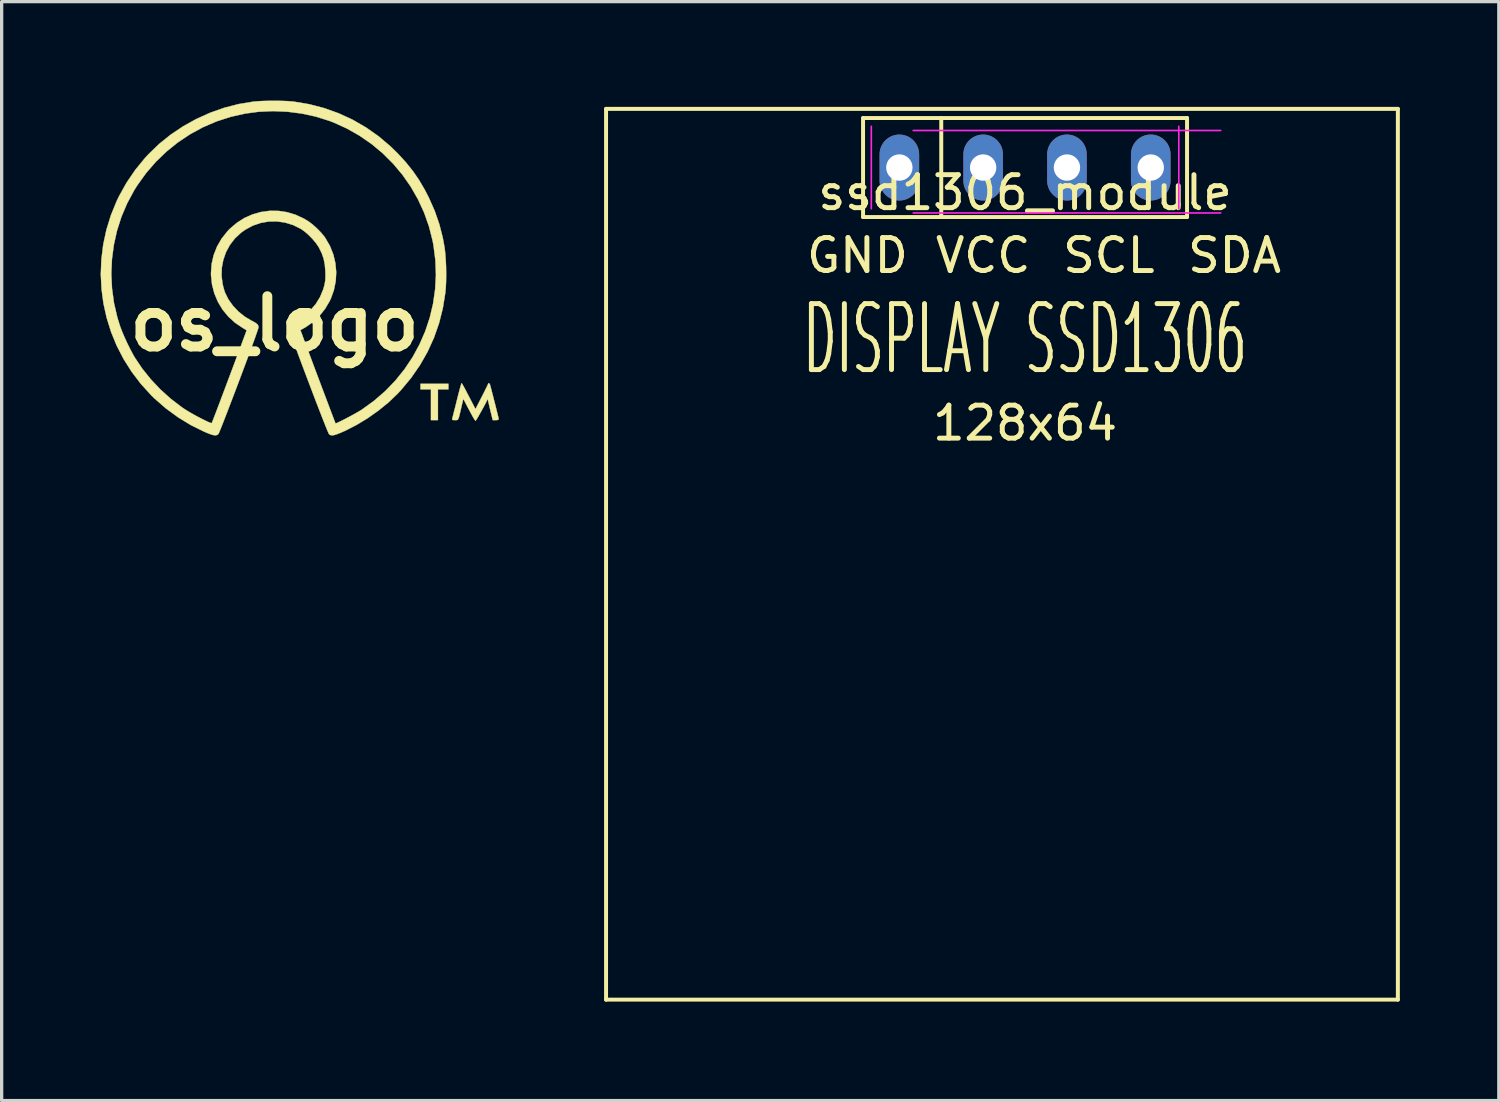
<source format=kicad_pcb>
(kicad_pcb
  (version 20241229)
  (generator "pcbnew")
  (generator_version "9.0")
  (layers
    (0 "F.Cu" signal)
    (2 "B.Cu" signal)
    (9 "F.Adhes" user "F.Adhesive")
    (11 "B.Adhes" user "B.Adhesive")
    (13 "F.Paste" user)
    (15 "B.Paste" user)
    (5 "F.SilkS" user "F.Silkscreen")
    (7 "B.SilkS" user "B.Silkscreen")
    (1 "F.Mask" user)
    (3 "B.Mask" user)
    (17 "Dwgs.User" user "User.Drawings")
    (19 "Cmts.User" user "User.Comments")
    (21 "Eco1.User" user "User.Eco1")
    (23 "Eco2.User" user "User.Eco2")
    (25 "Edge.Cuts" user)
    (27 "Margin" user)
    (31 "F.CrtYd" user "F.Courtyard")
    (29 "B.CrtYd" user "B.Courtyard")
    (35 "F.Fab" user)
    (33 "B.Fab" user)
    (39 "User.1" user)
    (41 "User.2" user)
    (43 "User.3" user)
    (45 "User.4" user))
  (footprint "ssd1306_module"
    (layer "F.Cu")
    (at 15.32 0.25)
    (property "Reference" "ssd1306_module" (at 12.7 2.54 0) (layer "F.SilkS") (effects (font (size 1 1) (thickness 0.15))))
    (attr through_hole)
    (fp_line (start 0 0) (end 24 0) (stroke (width 0.12) (type solid)) (layer "F.SilkS"))
    (fp_line (start 0 27) (end 0 0) (stroke (width 0.12) (type solid)) (layer "F.SilkS"))
    (fp_line (start 7.79 0.278) (end 17.61 0.278) (stroke (width 0.12) (type solid)) (layer "F.SilkS"))
    (fp_line (start 7.79 3.278) (end 7.79 0.278) (stroke (width 0.12) (type solid)) (layer "F.SilkS"))
    (fp_line (start 10.16 0.278) (end 10.16 3.278) (stroke (width 0.12) (type solid)) (layer "F.SilkS"))
    (fp_line (start 17.61 0.278) (end 17.61 3.278) (stroke (width 0.12) (type solid)) (layer "F.SilkS"))
    (fp_line (start 17.61 3.278) (end 7.79 3.278) (stroke (width 0.12) (type solid)) (layer "F.SilkS"))
    (fp_line (start 24 0) (end 24 27) (stroke (width 0.12) (type solid)) (layer "F.SilkS"))
    (fp_line (start 24 27) (end 0 27) (stroke (width 0.12) (type solid)) (layer "F.SilkS"))
    (fp_line (start 8.04 3.028) (end 8.04 0.528) (stroke (width 0.05) (type solid)) (layer "F.CrtYd"))
    (fp_line (start 9.31 0.655) (end 18.63 0.655) (stroke (width 0.05) (type solid)) (layer "F.CrtYd"))
    (fp_line (start 17.36 0.528) (end 17.36 3.028) (stroke (width 0.05) (type solid)) (layer "F.CrtYd"))
    (fp_line (start 18.63 3.155) (end 9.31 3.155) (stroke (width 0.05) (type solid)) (layer "F.CrtYd"))
    (fp_text user "128x64" (at 12.7 9.525 0) (layer "F.SilkS") (effects (font (size 1 1) (thickness 0.15))))
    (fp_text user "SDA" (at 19.05 4.445 0) (layer "F.SilkS") (effects (font (size 1 1) (thickness 0.15))))
    (fp_text user "SCL" (at 15.24 4.445 0) (layer "F.SilkS") (effects (font (size 1 1) (thickness 0.15))))
    (fp_text user "GND" (at 7.62 4.445 0) (layer "F.SilkS") (effects (font (size 1 1) (thickness 0.15))))
    (fp_text user "VCC" (at 11.43 4.445 0) (layer "F.SilkS") (effects (font (size 1 1) (thickness 0.15))))
    (fp_text user "DISPLAY SSD1306" (at 12.7 6.985 0) (layer "F.SilkS") (effects (font (size 2 1) (thickness 0.15))))
    (pad "1" thru_hole oval (at 8.89 1.778) (size 1.2 2) (drill 0.8) (layers "*.Cu" "*.Mask"))
    (pad "2" thru_hole oval (at 11.43 1.778) (size 1.2 2) (drill 0.8) (layers "*.Cu" "*.Mask"))
    (pad "3" thru_hole oval (at 13.97 1.778) (size 1.2 2) (drill 0.8) (layers "*.Cu" "*.Mask"))
    (pad "4" thru_hole oval (at 16.51 1.778) (size 1.2 2) (drill 0.8) (layers "*.Cu" "*.Mask")))
  (footprint "os_logo"
    (layer "F.Cu")
    (at 5.271 6.763)
    (property "Reference" "os_logo" (at 0 0 0) (layer "F.SilkS") (effects (font (size 1.524 1.524) (thickness 0.3))))
    (attr through_hole)
    (fp_poly (pts (xy 5.271 1.99) (xy 4.953 1.99) (xy 4.953 2.921) (xy 4.741 2.921) (xy 4.741 1.99) (xy 4.424 1.99) (xy 4.424 1.82) (xy 5.271 1.82) (xy 5.271 1.99)) (stroke (width 0.01) (type solid)) (fill yes) (layer "F.SilkS"))
    (fp_poly (pts (xy 6.51 1.808) (xy 6.528 1.836) (xy 6.543 1.889) (xy 6.565 1.971) (xy 6.592 2.075) (xy 6.623 2.195) (xy 6.656 2.323) (xy 6.689 2.452) (xy 6.72 2.576) (xy 6.748 2.689) (xy 6.771 2.782) (xy 6.787 2.85) (xy 6.794 2.885) (xy 6.795 2.888) (xy 6.783 2.91) (xy 6.742 2.92) (xy 6.704 2.921) (xy 6.613 2.921) (xy 6.546 2.641) (xy 6.52 2.534) (xy 6.498 2.439) (xy 6.481 2.366) (xy 6.471 2.322) (xy 6.471 2.318) (xy 6.463 2.288) (xy 6.453 2.296) (xy 6.443 2.319) (xy 6.419 2.369) (xy 6.381 2.442) (xy 6.334 2.529) (xy 6.282 2.623) (xy 6.23 2.716) (xy 6.181 2.803) (xy 6.139 2.874) (xy 6.108 2.923) (xy 6.093 2.942) (xy 6.093 2.942) (xy 6.077 2.925) (xy 6.046 2.879) (xy 6.007 2.813) (xy 5.994 2.789) (xy 5.943 2.695) (xy 5.884 2.585) (xy 5.828 2.478) (xy 5.816 2.455) (xy 5.722 2.275) (xy 5.665 2.519) (xy 5.633 2.657) (xy 5.609 2.759) (xy 5.59 2.831) (xy 5.573 2.878) (xy 5.556 2.905) (xy 5.536 2.918) (xy 5.51 2.921) (xy 5.477 2.921) (xy 5.469 2.921) (xy 5.411 2.919) (xy 5.385 2.909) (xy 5.384 2.888) (xy 5.385 2.884) (xy 5.393 2.854) (xy 5.409 2.789) (xy 5.433 2.694) (xy 5.463 2.577) (xy 5.497 2.442) (xy 5.526 2.323) (xy 5.562 2.181) (xy 5.595 2.054) (xy 5.624 1.947) (xy 5.647 1.865) (xy 5.663 1.814) (xy 5.67 1.799) (xy 5.684 1.817) (xy 5.713 1.867) (xy 5.756 1.944) (xy 5.808 2.042) (xy 5.868 2.156) (xy 5.887 2.193) (xy 6.091 2.587) (xy 6.284 2.21) (xy 6.343 2.094) (xy 6.394 1.991) (xy 6.436 1.907) (xy 6.464 1.847) (xy 6.477 1.818) (xy 6.477 1.816) (xy 6.488 1.799) (xy 6.51 1.808)) (stroke (width 0.01) (type solid)) (fill yes) (layer "F.SilkS"))
    (fp_poly (pts (xy 0.218 -6.755) (xy 0.387 -6.749) (xy 0.53 -6.738) (xy 0.582 -6.733) (xy 1.053 -6.654) (xy 1.509 -6.535) (xy 1.948 -6.378) (xy 2.37 -6.183) (xy 2.773 -5.95) (xy 3.155 -5.682) (xy 3.515 -5.377) (xy 3.736 -5.161) (xy 3.98 -4.895) (xy 4.192 -4.631) (xy 4.38 -4.359) (xy 4.551 -4.067) (xy 4.678 -3.821) (xy 4.856 -3.419) (xy 4.995 -3.018) (xy 5.1 -2.607) (xy 5.155 -2.307) (xy 5.175 -2.136) (xy 5.19 -1.936) (xy 5.2 -1.717) (xy 5.203 -1.494) (xy 5.2 -1.277) (xy 5.19 -1.078) (xy 5.178 -0.945) (xy 5.102 -0.473) (xy 4.987 -0.017) (xy 4.833 0.424) (xy 4.64 0.848) (xy 4.409 1.253) (xy 4.141 1.64) (xy 3.835 2.008) (xy 3.726 2.125) (xy 3.455 2.384) (xy 3.151 2.631) (xy 2.826 2.861) (xy 2.488 3.066) (xy 2.147 3.241) (xy 1.986 3.311) (xy 1.875 3.354) (xy 1.793 3.378) (xy 1.733 3.383) (xy 1.688 3.372) (xy 1.654 3.35) (xy 1.641 3.325) (xy 1.614 3.264) (xy 1.575 3.171) (xy 1.526 3.049) (xy 1.468 2.901) (xy 1.402 2.733) (xy 1.33 2.546) (xy 1.252 2.346) (xy 1.172 2.135) (xy 1.089 1.917) (xy 1.005 1.695) (xy 0.922 1.475) (xy 0.84 1.258) (xy 0.762 1.049) (xy 0.689 0.852) (xy 0.622 0.669) (xy 0.563 0.506) (xy 0.512 0.364) (xy 0.471 0.249) (xy 0.442 0.163) (xy 0.427 0.111) (xy 0.424 0.097) (xy 0.431 0.057) (xy 0.454 0.02) (xy 0.499 -0.017) (xy 0.572 -0.061) (xy 0.656 -0.104) (xy 0.886 -0.242) (xy 1.084 -0.407) (xy 1.25 -0.598) (xy 1.382 -0.814) (xy 1.48 -1.053) (xy 1.507 -1.15) (xy 1.526 -1.236) (xy 1.538 -1.316) (xy 1.543 -1.405) (xy 1.543 -1.516) (xy 1.541 -1.586) (xy 1.524 -1.791) (xy 1.489 -1.971) (xy 1.431 -2.139) (xy 1.346 -2.31) (xy 1.329 -2.339) (xy 1.252 -2.45) (xy 1.151 -2.57) (xy 1.036 -2.688) (xy 0.918 -2.791) (xy 0.808 -2.87) (xy 0.799 -2.876) (xy 0.563 -2.992) (xy 0.319 -3.067) (xy 0.071 -3.103) (xy -0.177 -3.099) (xy -0.421 -3.056) (xy -0.659 -2.974) (xy -0.884 -2.853) (xy -1.022 -2.754) (xy -1.203 -2.584) (xy -1.353 -2.388) (xy -1.47 -2.172) (xy -1.552 -1.94) (xy -1.598 -1.698) (xy -1.605 -1.45) (xy -1.575 -1.213) (xy -1.553 -1.117) (xy -1.525 -1.019) (xy -1.5 -0.944) (xy -1.398 -0.738) (xy -1.259 -0.543) (xy -1.091 -0.366) (xy -0.898 -0.213) (xy -0.723 -0.108) (xy -0.623 -0.056) (xy -0.556 -0.014) (xy -0.515 0.021) (xy -0.494 0.057) (xy -0.487 0.098) (xy -0.487 0.113) (xy -0.494 0.142) (xy -0.515 0.207) (xy -0.549 0.304) (xy -0.593 0.43) (xy -0.647 0.58) (xy -0.71 0.751) (xy -0.779 0.94) (xy -0.854 1.142) (xy -0.933 1.354) (xy -1.015 1.573) (xy -1.098 1.794) (xy -1.181 2.014) (xy -1.263 2.229) (xy -1.342 2.435) (xy -1.416 2.629) (xy -1.485 2.808) (xy -1.547 2.967) (xy -1.6 3.102) (xy -1.644 3.211) (xy -1.676 3.288) (xy -1.696 3.332) (xy -1.7 3.339) (xy -1.736 3.368) (xy -1.78 3.382) (xy -1.839 3.378) (xy -1.918 3.357) (xy -2.024 3.317) (xy -2.127 3.274) (xy -2.533 3.074) (xy -2.923 2.836) (xy -3.294 2.565) (xy -3.639 2.264) (xy -3.737 2.168) (xy -4.052 1.822) (xy -4.331 1.455) (xy -4.575 1.069) (xy -4.783 0.667) (xy -4.954 0.25) (xy -5.088 -0.177) (xy -5.185 -0.614) (xy -5.244 -1.057) (xy -5.266 -1.505) (xy -5.265 -1.513) (xy -4.947 -1.513) (xy -4.926 -1.07) (xy -4.866 -0.629) (xy -4.765 -0.194) (xy -4.685 0.064) (xy -4.626 0.221) (xy -4.55 0.402) (xy -4.463 0.591) (xy -4.371 0.776) (xy -4.281 0.945) (xy -4.232 1.029) (xy -4.01 1.36) (xy -3.752 1.681) (xy -3.463 1.987) (xy -3.151 2.269) (xy -2.82 2.523) (xy -2.731 2.584) (xy -2.647 2.637) (xy -2.548 2.696) (xy -2.438 2.758) (xy -2.324 2.82) (xy -2.212 2.878) (xy -2.109 2.93) (xy -2.02 2.972) (xy -1.952 3) (xy -1.912 3.012) (xy -1.903 3.011) (xy -1.894 2.989) (xy -1.871 2.931) (xy -1.835 2.839) (xy -1.788 2.717) (xy -1.732 2.569) (xy -1.666 2.397) (xy -1.594 2.204) (xy -1.515 1.995) (xy -1.431 1.771) (xy -1.368 1.603) (xy -1.281 1.372) (xy -1.199 1.153) (xy -1.123 0.948) (xy -1.053 0.762) (xy -0.992 0.597) (xy -0.94 0.456) (xy -0.898 0.344) (xy -0.868 0.262) (xy -0.851 0.214) (xy -0.847 0.203) (xy -0.864 0.188) (xy -0.907 0.16) (xy -0.962 0.127) (xy -1.196 -0.03) (xy -1.401 -0.217) (xy -1.576 -0.43) (xy -1.717 -0.664) (xy -1.824 -0.918) (xy -1.894 -1.186) (xy -1.925 -1.466) (xy -1.926 -1.538) (xy -1.906 -1.815) (xy -1.844 -2.082) (xy -1.744 -2.337) (xy -1.605 -2.578) (xy -1.428 -2.802) (xy -1.354 -2.879) (xy -1.142 -3.06) (xy -0.912 -3.206) (xy -0.666 -3.315) (xy -0.41 -3.388) (xy -0.147 -3.423) (xy 0.119 -3.421) (xy 0.383 -3.381) (xy 0.643 -3.302) (xy 0.894 -3.185) (xy 1.039 -3.096) (xy 1.16 -3.004) (xy 1.286 -2.89) (xy 1.406 -2.768) (xy 1.506 -2.648) (xy 1.538 -2.603) (xy 1.679 -2.36) (xy 1.782 -2.102) (xy 1.845 -1.836) (xy 1.87 -1.564) (xy 1.855 -1.291) (xy 1.8 -1.021) (xy 1.706 -0.759) (xy 1.672 -0.688) (xy 1.532 -0.451) (xy 1.361 -0.236) (xy 1.164 -0.05) (xy 0.945 0.103) (xy 0.916 0.119) (xy 0.785 0.193) (xy 0.846 0.356) (xy 0.888 0.471) (xy 0.941 0.611) (xy 1.001 0.771) (xy 1.067 0.948) (xy 1.138 1.138) (xy 1.212 1.337) (xy 1.289 1.54) (xy 1.366 1.745) (xy 1.442 1.948) (xy 1.516 2.144) (xy 1.586 2.329) (xy 1.651 2.501) (xy 1.709 2.654) (xy 1.759 2.786) (xy 1.799 2.892) (xy 1.828 2.968) (xy 1.845 3.012) (xy 1.849 3.02) (xy 1.871 3.015) (xy 1.924 2.993) (xy 2 2.956) (xy 2.094 2.909) (xy 2.199 2.855) (xy 2.308 2.797) (xy 2.416 2.738) (xy 2.514 2.682) (xy 2.598 2.633) (xy 2.646 2.603) (xy 3.016 2.336) (xy 3.356 2.041) (xy 3.664 1.721) (xy 3.941 1.377) (xy 4.184 1.013) (xy 4.393 0.629) (xy 4.567 0.23) (xy 4.705 -0.184) (xy 4.806 -0.609) (xy 4.868 -1.043) (xy 4.892 -1.484) (xy 4.875 -1.93) (xy 4.818 -2.378) (xy 4.792 -2.514) (xy 4.682 -2.949) (xy 4.534 -3.368) (xy 4.349 -3.77) (xy 4.13 -4.153) (xy 3.878 -4.514) (xy 3.595 -4.851) (xy 3.283 -5.163) (xy 2.944 -5.446) (xy 2.58 -5.698) (xy 2.193 -5.918) (xy 1.784 -6.103) (xy 1.667 -6.148) (xy 1.254 -6.278) (xy 0.826 -6.371) (xy 0.389 -6.427) (xy -0.053 -6.445) (xy -0.493 -6.424) (xy -0.889 -6.371) (xy -1.329 -6.272) (xy -1.755 -6.134) (xy -2.165 -5.958) (xy -2.556 -5.746) (xy -2.927 -5.499) (xy -3.274 -5.22) (xy -3.597 -4.909) (xy -3.892 -4.568) (xy -4.157 -4.199) (xy -4.255 -4.043) (xy -4.466 -3.652) (xy -4.639 -3.245) (xy -4.774 -2.824) (xy -4.87 -2.393) (xy -4.928 -1.955) (xy -4.947 -1.513) (xy -5.265 -1.513) (xy -5.248 -1.953) (xy -5.192 -2.401) (xy -5.097 -2.845) (xy -4.962 -3.283) (xy -4.787 -3.713) (xy -4.715 -3.863) (xy -4.487 -4.272) (xy -4.223 -4.661) (xy -3.923 -5.028) (xy -3.82 -5.139) (xy -3.498 -5.45) (xy -3.146 -5.733) (xy -2.768 -5.986) (xy -2.37 -6.207) (xy -1.954 -6.394) (xy -1.525 -6.546) (xy -1.088 -6.659) (xy -0.646 -6.732) (xy -0.635 -6.733) (xy -0.5 -6.745) (xy -0.337 -6.753) (xy -0.155 -6.757) (xy 0.033 -6.758) (xy 0.218 -6.755)) (stroke (width 0.01) (type solid)) (fill yes) (layer "F.SilkS")))
  (gr_rect
    (start -3 -3)
    (end 42.38 30.31)
    (stroke (width 0.1) (type default))
    (fill no)
    (layer "Edge.Cuts")))
</source>
